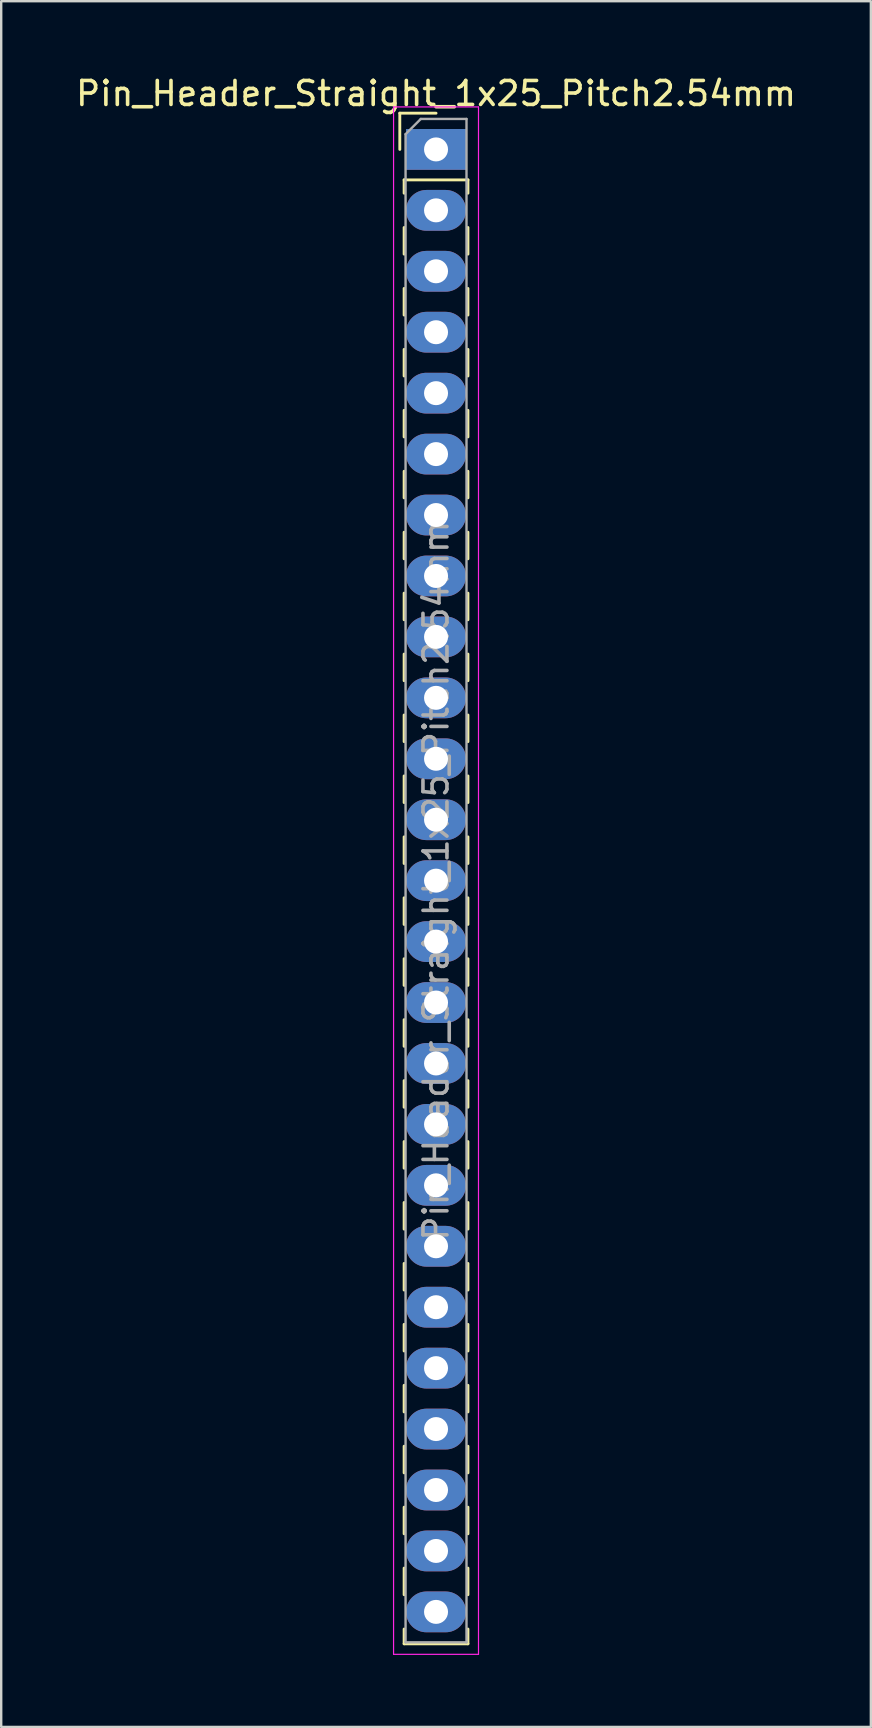
<source format=kicad_pcb>
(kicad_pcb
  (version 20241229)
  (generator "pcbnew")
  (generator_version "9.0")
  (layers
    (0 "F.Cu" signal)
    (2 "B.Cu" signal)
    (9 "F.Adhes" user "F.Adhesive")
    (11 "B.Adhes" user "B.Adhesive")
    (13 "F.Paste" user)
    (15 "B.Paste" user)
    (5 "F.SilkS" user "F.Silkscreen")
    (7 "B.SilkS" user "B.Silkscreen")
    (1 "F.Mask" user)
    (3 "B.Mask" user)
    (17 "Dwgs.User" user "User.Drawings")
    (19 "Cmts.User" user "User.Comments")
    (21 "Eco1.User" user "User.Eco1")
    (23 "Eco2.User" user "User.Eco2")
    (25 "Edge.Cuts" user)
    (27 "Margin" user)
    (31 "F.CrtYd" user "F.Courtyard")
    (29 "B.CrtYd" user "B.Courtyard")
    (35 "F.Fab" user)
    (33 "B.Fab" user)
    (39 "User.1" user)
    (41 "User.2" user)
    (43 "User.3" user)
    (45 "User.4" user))
  (footprint "Pin_Header_Straight_1x25_Pitch2.54mm"
    (layer "F.Cu")
    (at 15.125 3.178)
    (property "Reference" "Pin_Header_Straight_1x25_Pitch2.54mm" (at 0 -2.33 0) (layer "F.SilkS") (effects (font (size 1 1) (thickness 0.15))))
    (attr through_hole)
    (fp_line (start -1.51 -1.51) (end 0 -1.51) (stroke (width 0.12) (type solid)) (layer "F.SilkS"))
    (fp_line (start -1.51 0) (end -1.51 -1.51) (stroke (width 0.12) (type solid)) (layer "F.SilkS"))
    (fp_line (start -1.33 1.27) (end -1.33 1.825) (stroke (width 0.12) (type solid)) (layer "F.SilkS"))
    (fp_line (start -1.33 1.27) (end 1.33 1.27) (stroke (width 0.12) (type solid)) (layer "F.SilkS"))
    (fp_line (start -1.33 3.255) (end -1.33 4.365) (stroke (width 0.12) (type solid)) (layer "F.SilkS"))
    (fp_line (start -1.33 5.795) (end -1.33 6.905) (stroke (width 0.12) (type solid)) (layer "F.SilkS"))
    (fp_line (start -1.33 8.335) (end -1.33 9.445) (stroke (width 0.12) (type solid)) (layer "F.SilkS"))
    (fp_line (start -1.33 10.875) (end -1.33 11.985) (stroke (width 0.12) (type solid)) (layer "F.SilkS"))
    (fp_line (start -1.33 13.415) (end -1.33 14.525) (stroke (width 0.12) (type solid)) (layer "F.SilkS"))
    (fp_line (start -1.33 15.955) (end -1.33 17.065) (stroke (width 0.12) (type solid)) (layer "F.SilkS"))
    (fp_line (start -1.33 18.495) (end -1.33 19.605) (stroke (width 0.12) (type solid)) (layer "F.SilkS"))
    (fp_line (start -1.33 21.035) (end -1.33 22.145) (stroke (width 0.12) (type solid)) (layer "F.SilkS"))
    (fp_line (start -1.33 23.575) (end -1.33 24.685) (stroke (width 0.12) (type solid)) (layer "F.SilkS"))
    (fp_line (start -1.33 26.115) (end -1.33 27.225) (stroke (width 0.12) (type solid)) (layer "F.SilkS"))
    (fp_line (start -1.33 28.655) (end -1.33 29.765) (stroke (width 0.12) (type solid)) (layer "F.SilkS"))
    (fp_line (start -1.33 31.195) (end -1.33 32.305) (stroke (width 0.12) (type solid)) (layer "F.SilkS"))
    (fp_line (start -1.33 33.735) (end -1.33 34.845) (stroke (width 0.12) (type solid)) (layer "F.SilkS"))
    (fp_line (start -1.33 36.275) (end -1.33 37.385) (stroke (width 0.12) (type solid)) (layer "F.SilkS"))
    (fp_line (start -1.33 38.815) (end -1.33 39.925) (stroke (width 0.12) (type solid)) (layer "F.SilkS"))
    (fp_line (start -1.33 41.355) (end -1.33 42.465) (stroke (width 0.12) (type solid)) (layer "F.SilkS"))
    (fp_line (start -1.33 43.895) (end -1.33 45.005) (stroke (width 0.12) (type solid)) (layer "F.SilkS"))
    (fp_line (start -1.33 46.435) (end -1.33 47.545) (stroke (width 0.12) (type solid)) (layer "F.SilkS"))
    (fp_line (start -1.33 48.975) (end -1.33 50.085) (stroke (width 0.12) (type solid)) (layer "F.SilkS"))
    (fp_line (start -1.33 51.515) (end -1.33 52.625) (stroke (width 0.12) (type solid)) (layer "F.SilkS"))
    (fp_line (start -1.33 54.055) (end -1.33 55.165) (stroke (width 0.12) (type solid)) (layer "F.SilkS"))
    (fp_line (start -1.33 56.595) (end -1.33 57.705) (stroke (width 0.12) (type solid)) (layer "F.SilkS"))
    (fp_line (start -1.33 59.135) (end -1.33 60.245) (stroke (width 0.12) (type solid)) (layer "F.SilkS"))
    (fp_line (start -1.33 61.675) (end -1.33 62.29) (stroke (width 0.12) (type solid)) (layer "F.SilkS"))
    (fp_line (start -1.33 62.29) (end 1.33 62.29) (stroke (width 0.12) (type solid)) (layer "F.SilkS"))
    (fp_line (start 1.33 1.27) (end 1.33 1.825) (stroke (width 0.12) (type solid)) (layer "F.SilkS"))
    (fp_line (start 1.33 3.255) (end 1.33 4.365) (stroke (width 0.12) (type solid)) (layer "F.SilkS"))
    (fp_line (start 1.33 5.795) (end 1.33 6.905) (stroke (width 0.12) (type solid)) (layer "F.SilkS"))
    (fp_line (start 1.33 8.335) (end 1.33 9.445) (stroke (width 0.12) (type solid)) (layer "F.SilkS"))
    (fp_line (start 1.33 10.875) (end 1.33 11.985) (stroke (width 0.12) (type solid)) (layer "F.SilkS"))
    (fp_line (start 1.33 13.415) (end 1.33 14.525) (stroke (width 0.12) (type solid)) (layer "F.SilkS"))
    (fp_line (start 1.33 15.955) (end 1.33 17.065) (stroke (width 0.12) (type solid)) (layer "F.SilkS"))
    (fp_line (start 1.33 18.495) (end 1.33 19.605) (stroke (width 0.12) (type solid)) (layer "F.SilkS"))
    (fp_line (start 1.33 21.035) (end 1.33 22.145) (stroke (width 0.12) (type solid)) (layer "F.SilkS"))
    (fp_line (start 1.33 23.575) (end 1.33 24.685) (stroke (width 0.12) (type solid)) (layer "F.SilkS"))
    (fp_line (start 1.33 26.115) (end 1.33 27.225) (stroke (width 0.12) (type solid)) (layer "F.SilkS"))
    (fp_line (start 1.33 28.655) (end 1.33 29.765) (stroke (width 0.12) (type solid)) (layer "F.SilkS"))
    (fp_line (start 1.33 31.195) (end 1.33 32.305) (stroke (width 0.12) (type solid)) (layer "F.SilkS"))
    (fp_line (start 1.33 33.735) (end 1.33 34.845) (stroke (width 0.12) (type solid)) (layer "F.SilkS"))
    (fp_line (start 1.33 36.275) (end 1.33 37.385) (stroke (width 0.12) (type solid)) (layer "F.SilkS"))
    (fp_line (start 1.33 38.815) (end 1.33 39.925) (stroke (width 0.12) (type solid)) (layer "F.SilkS"))
    (fp_line (start 1.33 41.355) (end 1.33 42.465) (stroke (width 0.12) (type solid)) (layer "F.SilkS"))
    (fp_line (start 1.33 43.895) (end 1.33 45.005) (stroke (width 0.12) (type solid)) (layer "F.SilkS"))
    (fp_line (start 1.33 46.435) (end 1.33 47.545) (stroke (width 0.12) (type solid)) (layer "F.SilkS"))
    (fp_line (start 1.33 48.975) (end 1.33 50.085) (stroke (width 0.12) (type solid)) (layer "F.SilkS"))
    (fp_line (start 1.33 51.515) (end 1.33 52.625) (stroke (width 0.12) (type solid)) (layer "F.SilkS"))
    (fp_line (start 1.33 54.055) (end 1.33 55.165) (stroke (width 0.12) (type solid)) (layer "F.SilkS"))
    (fp_line (start 1.33 56.595) (end 1.33 57.705) (stroke (width 0.12) (type solid)) (layer "F.SilkS"))
    (fp_line (start 1.33 59.135) (end 1.33 60.245) (stroke (width 0.12) (type solid)) (layer "F.SilkS"))
    (fp_line (start 1.33 61.675) (end 1.33 62.29) (stroke (width 0.12) (type solid)) (layer "F.SilkS"))
    (fp_line (start -1.77 -1.77) (end -1.77 62.73) (stroke (width 0.05) (type solid)) (layer "F.CrtYd"))
    (fp_line (start -1.77 62.73) (end 1.77 62.73) (stroke (width 0.05) (type solid)) (layer "F.CrtYd"))
    (fp_line (start 1.77 -1.77) (end -1.77 -1.77) (stroke (width 0.05) (type solid)) (layer "F.CrtYd"))
    (fp_line (start 1.77 62.73) (end 1.77 -1.77) (stroke (width 0.05) (type solid)) (layer "F.CrtYd"))
    (fp_line (start -1.27 -0.635) (end -0.635 -1.27) (stroke (width 0.1) (type solid)) (layer "F.Fab"))
    (fp_line (start -1.27 62.23) (end -1.27 -0.635) (stroke (width 0.1) (type solid)) (layer "F.Fab"))
    (fp_line (start -0.635 -1.27) (end 1.27 -1.27) (stroke (width 0.1) (type solid)) (layer "F.Fab"))
    (fp_line (start 1.27 -1.27) (end 1.27 62.23) (stroke (width 0.1) (type solid)) (layer "F.Fab"))
    (fp_line (start 1.27 62.23) (end -1.27 62.23) (stroke (width 0.1) (type solid)) (layer "F.Fab"))
    (fp_text user "${REFERENCE}" (at 0 30.48 90) (layer "F.Fab") (effects (font (size 1 1) (thickness 0.15))))
    (pad "1" thru_hole rect (at 0 0) (size 2.5 1.7) (drill 1) (layers "*.Cu" "*.Mask"))
    (pad "2" thru_hole oval (at 0 2.54) (size 2.5 1.7) (drill 1) (layers "*.Cu" "*.Mask"))
    (pad "3" thru_hole oval (at 0 5.08) (size 2.5 1.7) (drill 1) (layers "*.Cu" "*.Mask"))
    (pad "4" thru_hole oval (at 0 7.62) (size 2.5 1.7) (drill 1) (layers "*.Cu" "*.Mask"))
    (pad "5" thru_hole oval (at 0 10.16) (size 2.5 1.7) (drill 1) (layers "*.Cu" "*.Mask"))
    (pad "6" thru_hole oval (at 0 12.7) (size 2.5 1.7) (drill 1) (layers "*.Cu" "*.Mask"))
    (pad "7" thru_hole oval (at 0 15.24) (size 2.5 1.7) (drill 1) (layers "*.Cu" "*.Mask"))
    (pad "8" thru_hole oval (at 0 17.78) (size 2.5 1.7) (drill 1) (layers "*.Cu" "*.Mask"))
    (pad "9" thru_hole oval (at 0 20.32) (size 2.5 1.7) (drill 1) (layers "*.Cu" "*.Mask"))
    (pad "10" thru_hole oval (at 0 22.86) (size 2.5 1.7) (drill 1) (layers "*.Cu" "*.Mask"))
    (pad "11" thru_hole oval (at 0 25.4) (size 2.5 1.7) (drill 1) (layers "*.Cu" "*.Mask"))
    (pad "12" thru_hole oval (at 0 27.94) (size 2.5 1.7) (drill 1) (layers "*.Cu" "*.Mask"))
    (pad "13" thru_hole oval (at 0 30.48) (size 2.5 1.7) (drill 1) (layers "*.Cu" "*.Mask"))
    (pad "14" thru_hole oval (at 0 33.02) (size 2.5 1.7) (drill 1) (layers "*.Cu" "*.Mask"))
    (pad "15" thru_hole oval (at 0 35.56) (size 2.5 1.7) (drill 1) (layers "*.Cu" "*.Mask"))
    (pad "16" thru_hole oval (at 0 38.1) (size 2.5 1.7) (drill 1) (layers "*.Cu" "*.Mask"))
    (pad "17" thru_hole oval (at 0 40.64) (size 2.5 1.7) (drill 1) (layers "*.Cu" "*.Mask"))
    (pad "18" thru_hole oval (at 0 43.18) (size 2.5 1.7) (drill 1) (layers "*.Cu" "*.Mask"))
    (pad "19" thru_hole oval (at 0 45.72) (size 2.5 1.7) (drill 1) (layers "*.Cu" "*.Mask"))
    (pad "20" thru_hole oval (at 0 48.26) (size 2.5 1.7) (drill 1) (layers "*.Cu" "*.Mask"))
    (pad "21" thru_hole oval (at 0 50.8) (size 2.5 1.7) (drill 1) (layers "*.Cu" "*.Mask"))
    (pad "22" thru_hole oval (at 0 53.34) (size 2.5 1.7) (drill 1) (layers "*.Cu" "*.Mask"))
    (pad "23" thru_hole oval (at 0 55.88) (size 2.5 1.7) (drill 1) (layers "*.Cu" "*.Mask"))
    (pad "24" thru_hole oval (at 0 58.42) (size 2.5 1.7) (drill 1) (layers "*.Cu" "*.Mask"))
    (pad "25" thru_hole oval (at 0 60.96) (size 2.5 1.7) (drill 1) (layers "*.Cu" "*.Mask")))
  (gr_rect
    (start -3 -3)
    (end 33.25 68.933)
    (stroke (width 0.1) (type default))
    (fill no)
    (layer "Edge.Cuts")))
</source>
